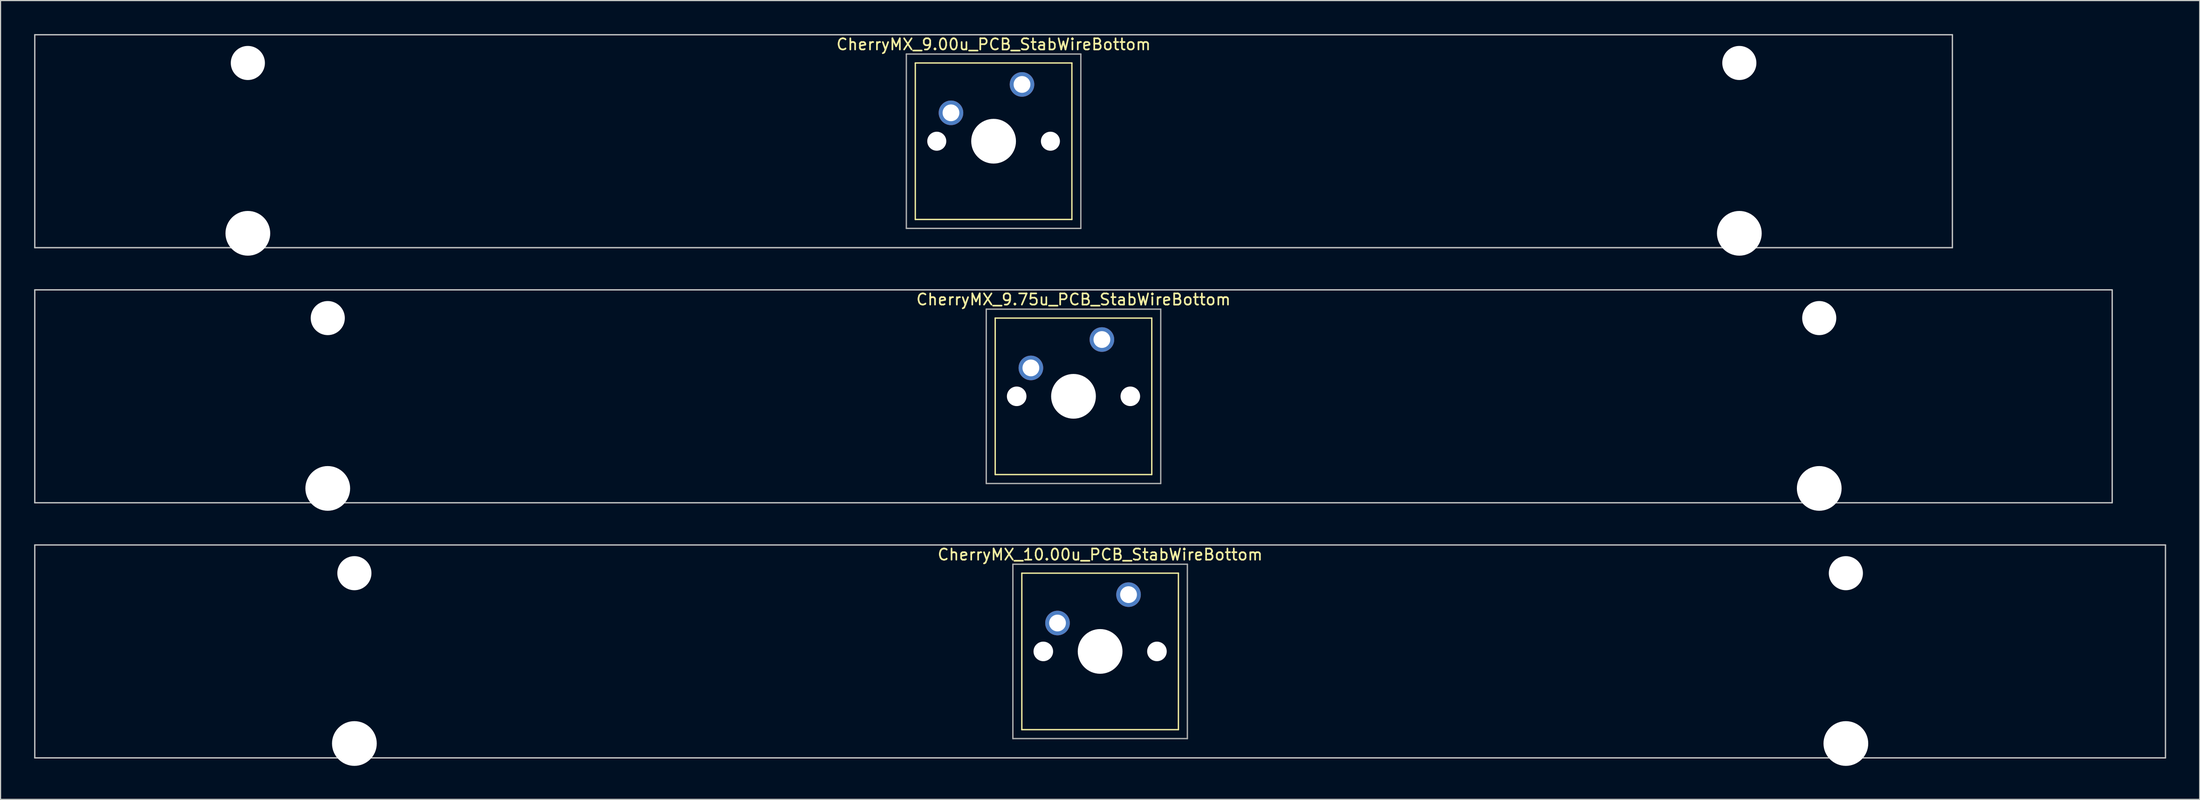
<source format=kicad_pcb>
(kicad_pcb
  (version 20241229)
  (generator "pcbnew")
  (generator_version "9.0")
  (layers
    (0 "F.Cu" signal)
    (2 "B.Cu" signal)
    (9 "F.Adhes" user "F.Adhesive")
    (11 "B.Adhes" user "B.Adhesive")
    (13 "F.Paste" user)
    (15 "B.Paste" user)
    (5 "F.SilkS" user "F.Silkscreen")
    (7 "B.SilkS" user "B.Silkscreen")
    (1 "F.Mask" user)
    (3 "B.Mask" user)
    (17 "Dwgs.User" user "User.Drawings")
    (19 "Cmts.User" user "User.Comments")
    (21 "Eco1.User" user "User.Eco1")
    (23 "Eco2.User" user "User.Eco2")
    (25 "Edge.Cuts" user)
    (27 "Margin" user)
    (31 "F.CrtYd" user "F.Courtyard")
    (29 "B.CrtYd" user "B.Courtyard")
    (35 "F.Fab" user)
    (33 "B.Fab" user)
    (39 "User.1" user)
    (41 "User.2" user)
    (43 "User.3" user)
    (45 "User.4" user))
  (footprint "CherryMX_9.75u_PCB_StabWireBottom"
    (layer "F.Cu")
    (at 92.929 32.41)
    (property "Reference" "CherryMX_9.75u_PCB_StabWireBottom" (at 0 -8.662 0) (layer "F.SilkS") (effects (font (size 1 1) (thickness 0.15))))
    (attr through_hole)
    (fp_line (start -7 -7) (end -7 7) (stroke (width 0.12) (type solid)) (layer "F.SilkS"))
    (fp_line (start -7 -7) (end 7 -7) (stroke (width 0.12) (type solid)) (layer "F.SilkS"))
    (fp_line (start 7 -7) (end 7 7) (stroke (width 0.12) (type solid)) (layer "F.SilkS"))
    (fp_line (start 7 7) (end -7 7) (stroke (width 0.12) (type solid)) (layer "F.SilkS"))
    (fp_line (start -92.869 -9.525) (end 92.869 -9.525) (stroke (width 0.12) (type solid)) (layer "Dwgs.User"))
    (fp_line (start -92.869 9.525) (end -92.869 -9.525) (stroke (width 0.12) (type solid)) (layer "Dwgs.User"))
    (fp_line (start 92.869 -9.525) (end 92.869 9.525) (stroke (width 0.12) (type solid)) (layer "Dwgs.User"))
    (fp_line (start 92.869 9.525) (end -92.869 9.525) (stroke (width 0.12) (type solid)) (layer "Dwgs.User"))
    (fp_line (start -7.8 -7.8) (end -7.8 7.8) (stroke (width 0.12) (type solid)) (layer "F.Fab"))
    (fp_line (start -7.8 -7.8) (end 7.8 -7.8) (stroke (width 0.12) (type solid)) (layer "F.Fab"))
    (fp_line (start -7.8 7.8) (end 7.8 7.8) (stroke (width 0.12) (type solid)) (layer "F.Fab"))
    (fp_line (start 7.8 -7.8) (end 7.8 7.8) (stroke (width 0.12) (type solid)) (layer "F.Fab"))
    (pad "" np_thru_hole circle (at -66.675 -7) (size 3.05 3.05) (drill 3.05) (layers "*.Cu" "*.Mask"))
    (pad "" np_thru_hole circle (at -66.675 8.24) (size 4 4) (drill 4) (layers "*.Cu" "*.Mask"))
    (pad "" np_thru_hole circle (at -5.08 0) (size 1.75 1.75) (drill 1.75) (layers "*.Cu" "*.Mask"))
    (pad "" np_thru_hole circle (at 0 0) (size 4 4) (drill 4) (layers "*.Cu" "*.Mask"))
    (pad "" np_thru_hole circle (at 5.08 0) (size 1.75 1.75) (drill 1.75) (layers "*.Cu" "*.Mask"))
    (pad "" np_thru_hole circle (at 66.675 -7) (size 3.05 3.05) (drill 3.05) (layers "*.Cu" "*.Mask"))
    (pad "" np_thru_hole circle (at 66.675 8.24) (size 4 4) (drill 4) (layers "*.Cu" "*.Mask"))
    (pad "1" thru_hole circle (at -3.81 -2.54) (size 2.2 2.2) (drill 1.5) (layers "*.Cu" "*.Mask"))
    (pad "2" thru_hole circle (at 2.54 -5.08) (size 2.2 2.2) (drill 1.5) (layers "*.Cu" "*.Mask")))
  (footprint "CherryMX_10.00u_PCB_StabWireBottom"
    (layer "F.Cu")
    (at 95.31 55.235)
    (property "Reference" "CherryMX_10.00u_PCB_StabWireBottom" (at 0 -8.662 0) (layer "F.SilkS") (effects (font (size 1 1) (thickness 0.15))))
    (attr through_hole)
    (fp_line (start -7 -7) (end -7 7) (stroke (width 0.12) (type solid)) (layer "F.SilkS"))
    (fp_line (start -7 -7) (end 7 -7) (stroke (width 0.12) (type solid)) (layer "F.SilkS"))
    (fp_line (start 7 -7) (end 7 7) (stroke (width 0.12) (type solid)) (layer "F.SilkS"))
    (fp_line (start 7 7) (end -7 7) (stroke (width 0.12) (type solid)) (layer "F.SilkS"))
    (fp_line (start -95.25 -9.525) (end 95.25 -9.525) (stroke (width 0.12) (type solid)) (layer "Dwgs.User"))
    (fp_line (start -95.25 9.525) (end -95.25 -9.525) (stroke (width 0.12) (type solid)) (layer "Dwgs.User"))
    (fp_line (start 95.25 -9.525) (end 95.25 9.525) (stroke (width 0.12) (type solid)) (layer "Dwgs.User"))
    (fp_line (start 95.25 9.525) (end -95.25 9.525) (stroke (width 0.12) (type solid)) (layer "Dwgs.User"))
    (fp_line (start -7.8 -7.8) (end -7.8 7.8) (stroke (width 0.12) (type solid)) (layer "F.Fab"))
    (fp_line (start -7.8 -7.8) (end 7.8 -7.8) (stroke (width 0.12) (type solid)) (layer "F.Fab"))
    (fp_line (start -7.8 7.8) (end 7.8 7.8) (stroke (width 0.12) (type solid)) (layer "F.Fab"))
    (fp_line (start 7.8 -7.8) (end 7.8 7.8) (stroke (width 0.12) (type solid)) (layer "F.Fab"))
    (pad "" np_thru_hole circle (at -66.675 -7) (size 3.05 3.05) (drill 3.05) (layers "*.Cu" "*.Mask"))
    (pad "" np_thru_hole circle (at -66.675 8.24) (size 4 4) (drill 4) (layers "*.Cu" "*.Mask"))
    (pad "" np_thru_hole circle (at -5.08 0) (size 1.75 1.75) (drill 1.75) (layers "*.Cu" "*.Mask"))
    (pad "" np_thru_hole circle (at 0 0) (size 4 4) (drill 4) (layers "*.Cu" "*.Mask"))
    (pad "" np_thru_hole circle (at 5.08 0) (size 1.75 1.75) (drill 1.75) (layers "*.Cu" "*.Mask"))
    (pad "" np_thru_hole circle (at 66.675 -7) (size 3.05 3.05) (drill 3.05) (layers "*.Cu" "*.Mask"))
    (pad "" np_thru_hole circle (at 66.675 8.24) (size 4 4) (drill 4) (layers "*.Cu" "*.Mask"))
    (pad "1" thru_hole circle (at -3.81 -2.54) (size 2.2 2.2) (drill 1.5) (layers "*.Cu" "*.Mask"))
    (pad "2" thru_hole circle (at 2.54 -5.08) (size 2.2 2.2) (drill 1.5) (layers "*.Cu" "*.Mask")))
  (footprint "CherryMX_9.00u_PCB_StabWireBottom"
    (layer "F.Cu")
    (at 85.785 9.585)
    (property "Reference" "CherryMX_9.00u_PCB_StabWireBottom" (at 0 -8.662 0) (layer "F.SilkS") (effects (font (size 1 1) (thickness 0.15))))
    (attr through_hole)
    (fp_line (start -7 -7) (end -7 7) (stroke (width 0.12) (type solid)) (layer "F.SilkS"))
    (fp_line (start -7 -7) (end 7 -7) (stroke (width 0.12) (type solid)) (layer "F.SilkS"))
    (fp_line (start 7 -7) (end 7 7) (stroke (width 0.12) (type solid)) (layer "F.SilkS"))
    (fp_line (start 7 7) (end -7 7) (stroke (width 0.12) (type solid)) (layer "F.SilkS"))
    (fp_line (start -85.725 -9.525) (end 85.725 -9.525) (stroke (width 0.12) (type solid)) (layer "Dwgs.User"))
    (fp_line (start -85.725 9.525) (end -85.725 -9.525) (stroke (width 0.12) (type solid)) (layer "Dwgs.User"))
    (fp_line (start 85.725 -9.525) (end 85.725 9.525) (stroke (width 0.12) (type solid)) (layer "Dwgs.User"))
    (fp_line (start 85.725 9.525) (end -85.725 9.525) (stroke (width 0.12) (type solid)) (layer "Dwgs.User"))
    (fp_line (start -7.8 -7.8) (end -7.8 7.8) (stroke (width 0.12) (type solid)) (layer "F.Fab"))
    (fp_line (start -7.8 -7.8) (end 7.8 -7.8) (stroke (width 0.12) (type solid)) (layer "F.Fab"))
    (fp_line (start -7.8 7.8) (end 7.8 7.8) (stroke (width 0.12) (type solid)) (layer "F.Fab"))
    (fp_line (start 7.8 -7.8) (end 7.8 7.8) (stroke (width 0.12) (type solid)) (layer "F.Fab"))
    (pad "" np_thru_hole circle (at -66.675 -7) (size 3.05 3.05) (drill 3.05) (layers "*.Cu" "*.Mask"))
    (pad "" np_thru_hole circle (at -66.675 8.24) (size 4 4) (drill 4) (layers "*.Cu" "*.Mask"))
    (pad "" np_thru_hole circle (at -5.08 0) (size 1.7 1.7) (drill 1.7) (layers "*.Cu" "*.Mask"))
    (pad "" np_thru_hole circle (at 0 0) (size 4 4) (drill 4) (layers "*.Cu" "*.Mask"))
    (pad "" np_thru_hole circle (at 5.08 0) (size 1.7 1.7) (drill 1.7) (layers "*.Cu" "*.Mask"))
    (pad "" np_thru_hole circle (at 66.675 -7) (size 3.05 3.05) (drill 3.05) (layers "*.Cu" "*.Mask"))
    (pad "" np_thru_hole circle (at 66.675 8.24) (size 4 4) (drill 4) (layers "*.Cu" "*.Mask"))
    (pad "1" thru_hole circle (at -3.81 -2.54) (size 2.2 2.2) (drill 1.5) (layers "*.Cu" "*.Mask"))
    (pad "2" thru_hole circle (at 2.54 -5.08) (size 2.2 2.2) (drill 1.5) (layers "*.Cu" "*.Mask")))
  (gr_rect
    (start -3 -3)
    (end 193.62 68.475)
    (stroke (width 0.1) (type default))
    (fill no)
    (layer "Edge.Cuts")))
</source>
